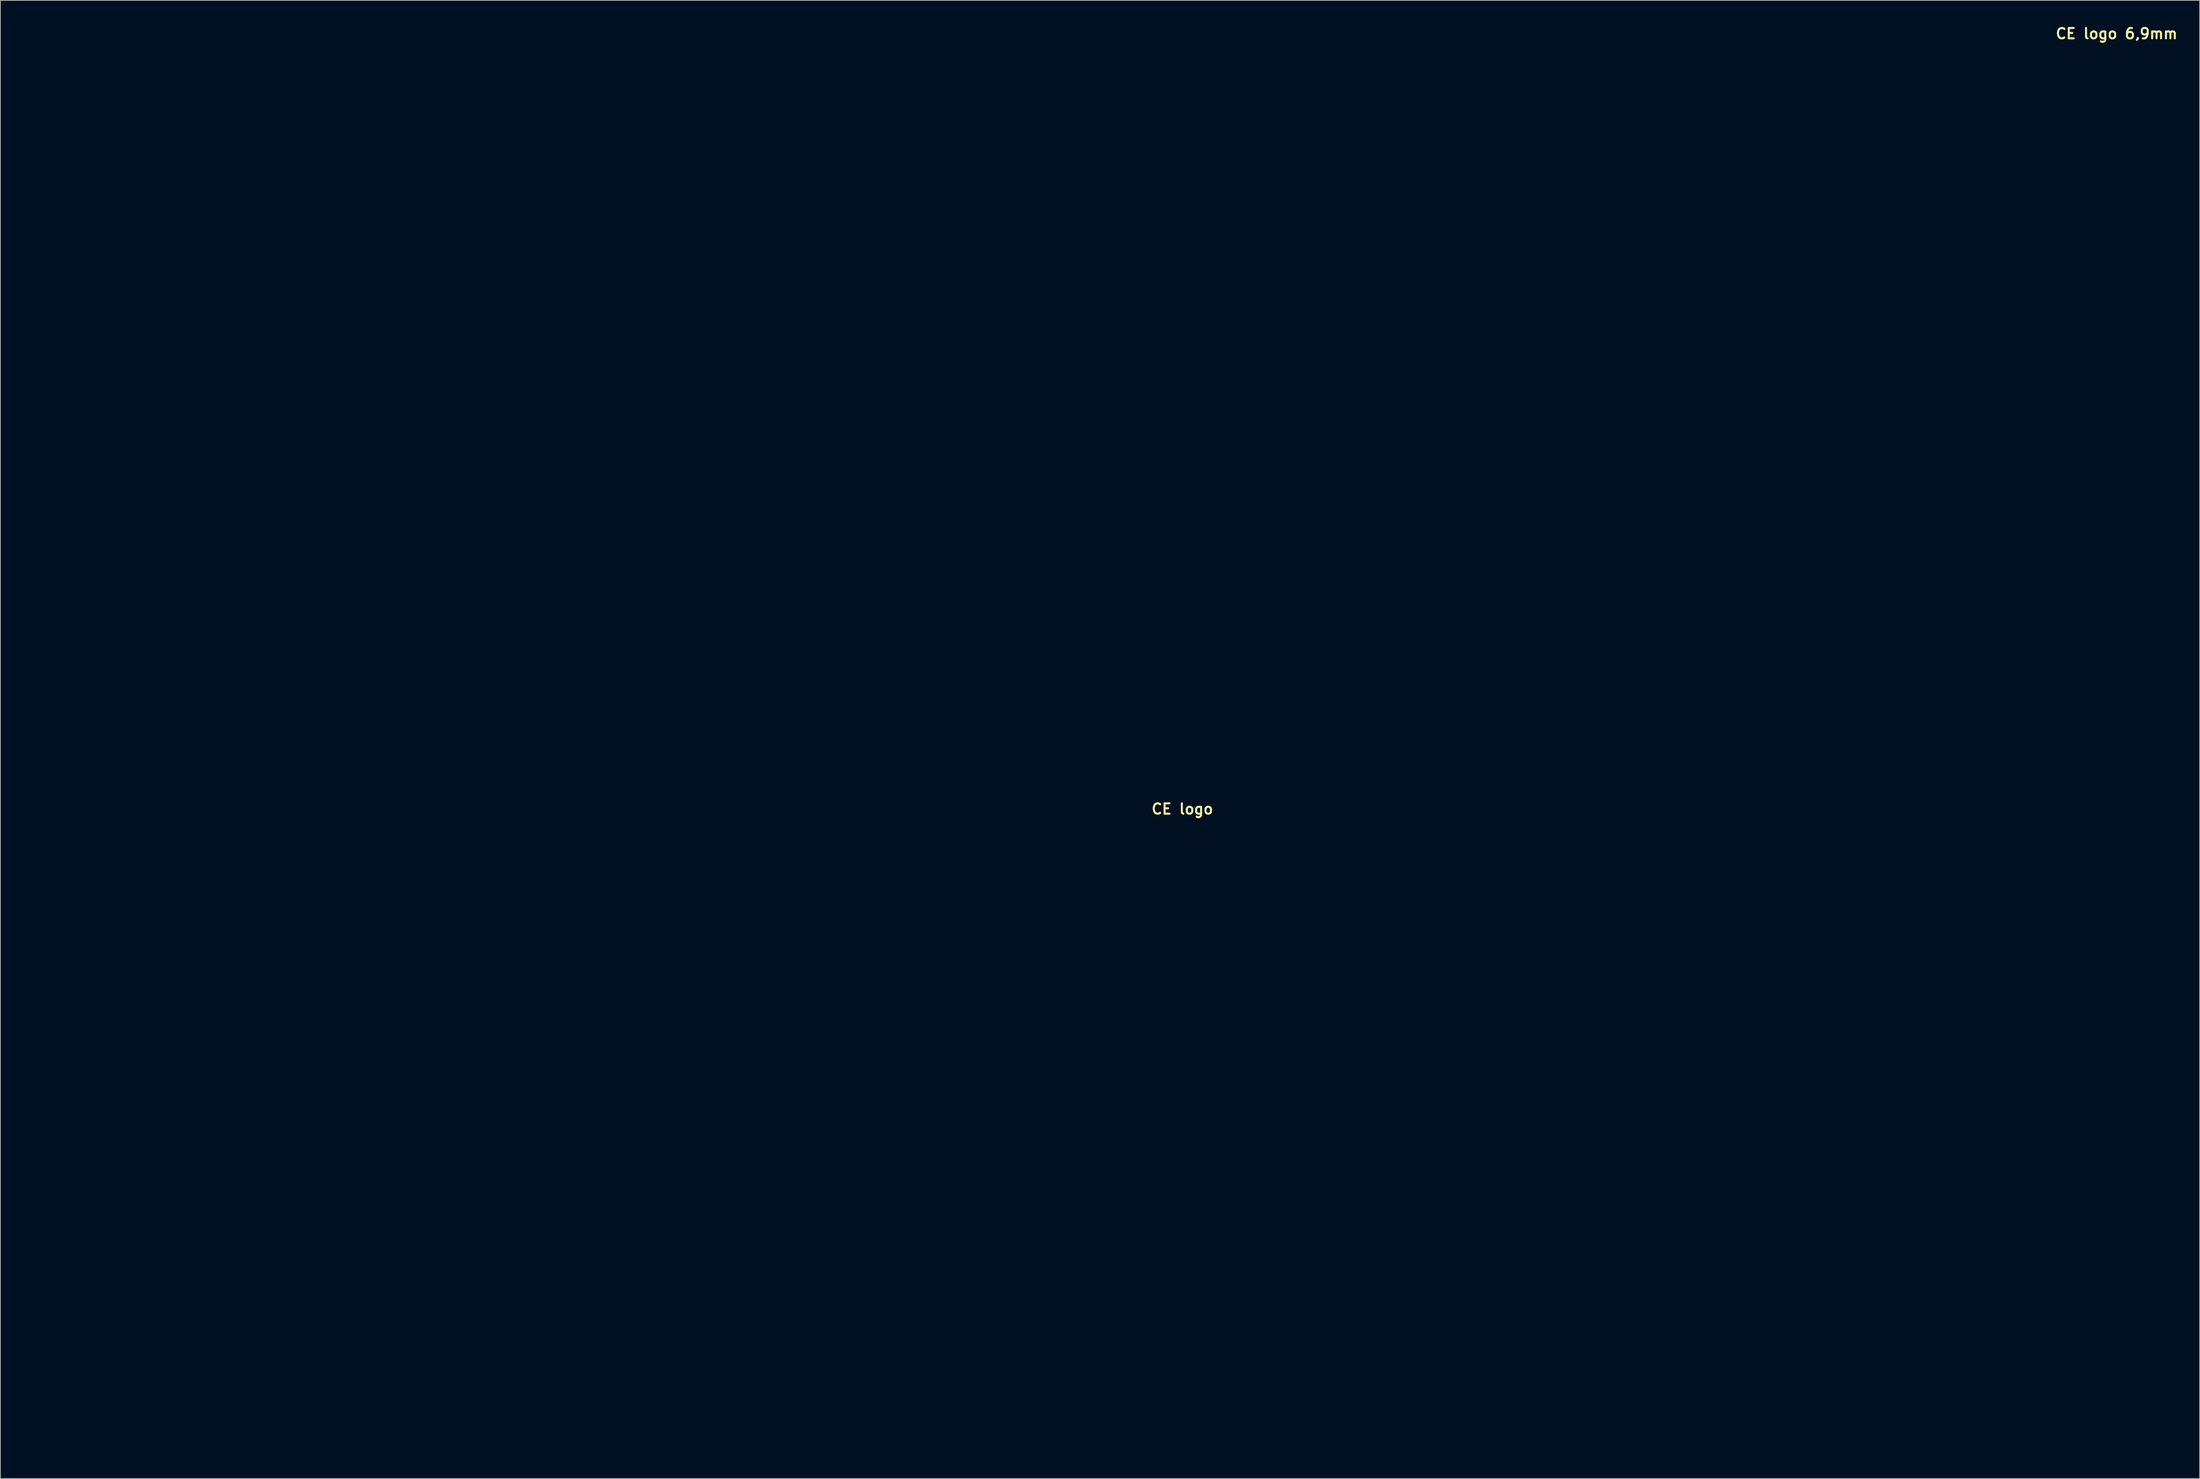
<source format=kicad_pcb>
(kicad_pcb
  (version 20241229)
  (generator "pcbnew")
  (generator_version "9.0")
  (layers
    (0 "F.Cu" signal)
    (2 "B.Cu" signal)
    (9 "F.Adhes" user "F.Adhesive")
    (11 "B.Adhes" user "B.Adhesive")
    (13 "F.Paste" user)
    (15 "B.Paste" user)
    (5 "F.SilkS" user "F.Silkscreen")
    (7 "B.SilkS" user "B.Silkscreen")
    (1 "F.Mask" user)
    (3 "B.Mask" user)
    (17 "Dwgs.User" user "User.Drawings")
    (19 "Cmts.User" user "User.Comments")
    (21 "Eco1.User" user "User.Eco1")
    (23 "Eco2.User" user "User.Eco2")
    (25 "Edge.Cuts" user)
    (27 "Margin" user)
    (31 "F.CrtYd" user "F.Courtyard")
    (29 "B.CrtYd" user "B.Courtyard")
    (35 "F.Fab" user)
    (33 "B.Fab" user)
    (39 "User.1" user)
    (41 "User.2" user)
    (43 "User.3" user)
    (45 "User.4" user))
  (footprint "CE logo 6,9mm"
    (layer "F.Cu")
    (at 308.38 1.904)
    (property "Reference" "CE logo 6,9mm" (at 0 0 0) (layer "F.SilkS") (effects (font (size 1.524 1.524) (thickness 0.3))))
    (attr through_hole)
    (fp_poly (pts (xy -0.985 -1.896) (xy -0.951 -1.896) (xy -0.923 -1.895) (xy -0.903 -1.894) (xy -0.893 -1.892) (xy -0.891 -1.891) (xy -0.889 -1.887) (xy -0.887 -1.881) (xy -0.886 -1.871) (xy -0.885 -1.857) (xy -0.884 -1.837) (xy -0.884 -1.81) (xy -0.884 -1.775) (xy -0.883 -1.731) (xy -0.883 -1.678) (xy -0.883 -1.628) (xy -0.883 -1.367) (xy -0.94 -1.372) (xy -0.985 -1.375) (xy -1.037 -1.376) (xy -1.091 -1.376) (xy -1.143 -1.374) (xy -1.192 -1.372) (xy -1.234 -1.367) (xy -1.244 -1.366) (xy -1.359 -1.343) (xy -1.469 -1.31) (xy -1.576 -1.266) (xy -1.677 -1.214) (xy -1.773 -1.152) (xy -1.862 -1.081) (xy -1.944 -1.003) (xy -2.019 -0.917) (xy -2.086 -0.824) (xy -2.143 -0.724) (xy -2.192 -0.619) (xy -2.202 -0.592) (xy -2.226 -0.519) (xy -2.247 -0.441) (xy -2.264 -0.364) (xy -2.267 -0.343) (xy -2.272 -0.301) (xy -2.275 -0.25) (xy -2.277 -0.194) (xy -2.277 -0.137) (xy -2.275 -0.082) (xy -2.272 -0.031) (xy -2.267 0.009) (xy -2.243 0.125) (xy -2.209 0.238) (xy -2.165 0.346) (xy -2.111 0.448) (xy -2.047 0.544) (xy -1.975 0.634) (xy -1.895 0.717) (xy -1.807 0.792) (xy -1.711 0.859) (xy -1.607 0.917) (xy -1.607 0.917) (xy -1.51 0.96) (xy -1.407 0.995) (xy -1.302 1.021) (xy -1.244 1.031) (xy -1.205 1.036) (xy -1.158 1.039) (xy -1.106 1.041) (xy -1.052 1.041) (xy -1 1.041) (xy -0.952 1.038) (xy -0.94 1.037) (xy -0.883 1.033) (xy -0.883 1.292) (xy -0.883 1.361) (xy -0.884 1.418) (xy -0.884 1.464) (xy -0.885 1.501) (xy -0.886 1.528) (xy -0.887 1.546) (xy -0.889 1.555) (xy -0.89 1.556) (xy -0.897 1.557) (xy -0.914 1.558) (xy -0.939 1.559) (xy -0.969 1.56) (xy -1.004 1.561) (xy -1.04 1.562) (xy -1.077 1.562) (xy -1.112 1.562) (xy -1.144 1.562) (xy -1.17 1.562) (xy -1.188 1.562) (xy -1.195 1.561) (xy -1.21 1.559) (xy -1.232 1.557) (xy -1.258 1.554) (xy -1.273 1.552) (xy -1.4 1.533) (xy -1.527 1.503) (xy -1.654 1.462) (xy -1.778 1.412) (xy -1.899 1.352) (xy -2.015 1.282) (xy -2.126 1.204) (xy -2.156 1.181) (xy -2.193 1.15) (xy -2.233 1.113) (xy -2.277 1.071) (xy -2.32 1.028) (xy -2.36 0.985) (xy -2.396 0.945) (xy -2.416 0.921) (xy -2.501 0.805) (xy -2.576 0.685) (xy -2.64 0.559) (xy -2.694 0.428) (xy -2.738 0.293) (xy -2.77 0.154) (xy -2.789 0.035) (xy -2.792 0.004) (xy -2.794 -0.036) (xy -2.796 -0.083) (xy -2.797 -0.134) (xy -2.797 -0.186) (xy -2.796 -0.238) (xy -2.795 -0.286) (xy -2.793 -0.328) (xy -2.79 -0.362) (xy -2.789 -0.369) (xy -2.766 -0.512) (xy -2.731 -0.65) (xy -2.686 -0.784) (xy -2.631 -0.914) (xy -2.564 -1.039) (xy -2.488 -1.159) (xy -2.416 -1.256) (xy -2.385 -1.292) (xy -2.348 -1.333) (xy -2.307 -1.376) (xy -2.263 -1.419) (xy -2.22 -1.46) (xy -2.181 -1.495) (xy -2.156 -1.516) (xy -2.041 -1.6) (xy -1.92 -1.675) (xy -1.794 -1.74) (xy -1.663 -1.794) (xy -1.528 -1.837) (xy -1.389 -1.87) (xy -1.27 -1.889) (xy -1.249 -1.891) (xy -1.221 -1.892) (xy -1.187 -1.894) (xy -1.148 -1.895) (xy -1.106 -1.896) (xy -1.064 -1.896) (xy -1.023 -1.896) (xy -0.985 -1.896)) (stroke (width 0.01) (type solid)) (fill yes) (layer "F.Mask"))
    (fp_poly (pts (xy 1.958 -1.898) (xy 1.981 -1.897) (xy 2.049 -1.892) (xy 2.049 -1.368) (xy 2.002 -1.372) (xy 1.962 -1.375) (xy 1.915 -1.376) (xy 1.864 -1.376) (xy 1.813 -1.375) (xy 1.765 -1.372) (xy 1.723 -1.369) (xy 1.7 -1.366) (xy 1.585 -1.343) (xy 1.475 -1.31) (xy 1.368 -1.266) (xy 1.267 -1.213) (xy 1.171 -1.151) (xy 1.082 -1.081) (xy 1 -1.002) (xy 0.925 -0.916) (xy 0.858 -0.824) (xy 0.801 -0.724) (xy 0.752 -0.619) (xy 0.742 -0.593) (xy 0.735 -0.572) (xy 0.727 -0.547) (xy 0.718 -0.518) (xy 0.709 -0.49) (xy 0.702 -0.465) (xy 0.696 -0.444) (xy 0.693 -0.431) (xy 0.693 -0.429) (xy 0.698 -0.428) (xy 0.715 -0.428) (xy 0.741 -0.428) (xy 0.776 -0.428) (xy 0.82 -0.428) (xy 0.871 -0.428) (xy 0.928 -0.427) (xy 0.992 -0.427) (xy 1.06 -0.427) (xy 1.132 -0.427) (xy 1.198 -0.427) (xy 1.703 -0.427) (xy 1.703 0.092) (xy 1.198 0.092) (xy 1.123 0.092) (xy 1.051 0.092) (xy 0.983 0.093) (xy 0.92 0.093) (xy 0.864 0.093) (xy 0.814 0.093) (xy 0.771 0.093) (xy 0.737 0.093) (xy 0.712 0.093) (xy 0.697 0.094) (xy 0.693 0.094) (xy 0.694 0.1) (xy 0.698 0.114) (xy 0.703 0.135) (xy 0.707 0.148) (xy 0.742 0.259) (xy 0.788 0.364) (xy 0.843 0.464) (xy 0.908 0.559) (xy 0.981 0.647) (xy 1.062 0.728) (xy 1.15 0.801) (xy 1.244 0.866) (xy 1.345 0.921) (xy 1.451 0.967) (xy 1.525 0.991) (xy 1.603 1.012) (xy 1.679 1.028) (xy 1.7 1.031) (xy 1.736 1.035) (xy 1.781 1.039) (xy 1.831 1.041) (xy 1.882 1.041) (xy 1.931 1.041) (xy 1.976 1.039) (xy 2.002 1.038) (xy 2.049 1.033) (xy 2.049 1.557) (xy 2.002 1.561) (xy 1.979 1.562) (xy 1.949 1.563) (xy 1.913 1.563) (xy 1.875 1.563) (xy 1.837 1.563) (xy 1.802 1.563) (xy 1.773 1.562) (xy 1.752 1.561) (xy 1.749 1.561) (xy 1.672 1.552) (xy 1.604 1.543) (xy 1.542 1.532) (xy 1.482 1.52) (xy 1.423 1.505) (xy 1.389 1.495) (xy 1.262 1.452) (xy 1.137 1.398) (xy 1.015 1.335) (xy 0.898 1.262) (xy 0.788 1.181) (xy 0.788 1.181) (xy 0.752 1.15) (xy 0.711 1.113) (xy 0.667 1.071) (xy 0.624 1.028) (xy 0.584 0.985) (xy 0.548 0.945) (xy 0.528 0.921) (xy 0.443 0.805) (xy 0.368 0.685) (xy 0.304 0.559) (xy 0.25 0.428) (xy 0.206 0.293) (xy 0.174 0.154) (xy 0.155 0.035) (xy 0.152 0.004) (xy 0.15 -0.036) (xy 0.148 -0.083) (xy 0.147 -0.134) (xy 0.147 -0.186) (xy 0.148 -0.238) (xy 0.149 -0.286) (xy 0.151 -0.328) (xy 0.154 -0.362) (xy 0.155 -0.369) (xy 0.178 -0.512) (xy 0.213 -0.65) (xy 0.258 -0.784) (xy 0.314 -0.914) (xy 0.38 -1.039) (xy 0.456 -1.159) (xy 0.528 -1.256) (xy 0.559 -1.292) (xy 0.596 -1.333) (xy 0.637 -1.376) (xy 0.681 -1.419) (xy 0.724 -1.46) (xy 0.763 -1.495) (xy 0.788 -1.516) (xy 0.903 -1.6) (xy 1.024 -1.675) (xy 1.15 -1.74) (xy 1.28 -1.794) (xy 1.414 -1.837) (xy 1.552 -1.869) (xy 1.648 -1.885) (xy 1.691 -1.89) (xy 1.742 -1.894) (xy 1.798 -1.896) (xy 1.854 -1.898) (xy 1.909 -1.899) (xy 1.958 -1.898)) (stroke (width 0.01) (type solid)) (fill yes) (layer "F.Mask")))
  (footprint "CE logo"
    (layer "F.Cu")
    (at 170.915 116.032)
    (property "Reference" "CE logo" (at 0 0 0) (layer "F.SilkS") (effects (font (size 1.524 1.524) (thickness 0.3))))
    (attr through_hole)
    (fp_poly (pts (xy -60.165 -115.884) (xy -58.089 -115.855) (xy -56.396 -115.804) (xy -55.194 -115.729) (xy -54.592 -115.631) (xy -54.446 -115.533) (xy -54.325 -115.33) (xy -54.226 -114.959) (xy -54.148 -114.36) (xy -54.088 -113.472) (xy -54.043 -112.232) (xy -54.012 -110.581) (xy -53.992 -108.456) (xy -53.981 -105.798) (xy -53.976 -102.544) (xy -53.975 -99.473) (xy -53.975 -83.566) (xy -57.415 -83.852) (xy -60.218 -84.018) (xy -63.361 -84.094) (xy -66.647 -84.082) (xy -69.88 -83.988) (xy -72.861 -83.814) (xy -75.395 -83.565) (xy -76.024 -83.479) (xy -83.022 -82.085) (xy -89.79 -80.046) (xy -96.288 -77.394) (xy -102.478 -74.158) (xy -108.32 -70.371) (xy -113.778 -66.064) (xy -118.812 -61.267) (xy -123.384 -56.011) (xy -127.455 -50.329) (xy -130.988 -44.25) (xy -133.942 -37.806) (xy -134.568 -36.188) (xy -136.057 -31.732) (xy -137.344 -26.954) (xy -138.33 -22.227) (xy -138.535 -20.99) (xy -138.84 -18.385) (xy -139.042 -15.282) (xy -139.142 -11.883) (xy -139.139 -8.39) (xy -139.034 -5.002) (xy -138.826 -1.921) (xy -138.535 0.529) (xy -137.08 7.667) (xy -134.985 14.544) (xy -132.277 21.124) (xy -128.979 27.375) (xy -125.118 33.26) (xy -120.718 38.746) (xy -115.804 43.799) (xy -110.401 48.383) (xy -104.535 52.465) (xy -98.23 56.009) (xy -98.22 56.014) (xy -92.286 58.643) (xy -85.997 60.792) (xy -79.572 62.392) (xy -76.024 63.018) (xy -73.658 63.288) (xy -70.787 63.484) (xy -67.608 63.602) (xy -64.317 63.638) (xy -61.111 63.588) (xy -58.188 63.449) (xy -57.415 63.391) (xy -53.975 63.105) (xy -53.975 78.98) (xy -53.981 83.151) (xy -54 86.645) (xy -54.033 89.493) (xy -54.081 91.724) (xy -54.143 93.368) (xy -54.221 94.453) (xy -54.316 95.01) (xy -54.367 95.098) (xy -54.813 95.167) (xy -55.848 95.233) (xy -57.358 95.296) (xy -59.226 95.352) (xy -61.336 95.401) (xy -63.573 95.44) (xy -65.821 95.467) (xy -67.965 95.481) (xy -69.887 95.48) (xy -71.473 95.463) (xy -72.608 95.426) (xy -73.025 95.394) (xy -73.914 95.293) (xy -75.279 95.142) (xy -76.894 94.968) (xy -77.787 94.872) (xy -85.562 93.701) (xy -93.344 91.859) (xy -101.063 89.374) (xy -108.649 86.277) (xy -116.032 82.597) (xy -123.14 78.365) (xy -129.904 73.608) (xy -131.769 72.153) (xy -133.986 70.283) (xy -136.49 68.004) (xy -139.131 65.466) (xy -141.763 62.815) (xy -144.237 60.2) (xy -146.406 57.769) (xy -147.648 56.275) (xy -152.839 49.218) (xy -157.408 41.833) (xy -161.347 34.139) (xy -164.646 26.158) (xy -167.299 17.91) (xy -169.294 9.416) (xy -170.456 2.117) (xy -170.632 0.221) (xy -170.765 -2.228) (xy -170.856 -5.077) (xy -170.904 -8.176) (xy -170.91 -11.372) (xy -170.874 -14.514) (xy -170.795 -17.451) (xy -170.674 -20.03) (xy -170.511 -22.099) (xy -170.456 -22.578) (xy -169.017 -31.263) (xy -166.915 -39.719) (xy -164.158 -47.925) (xy -160.754 -55.862) (xy -156.713 -63.507) (xy -152.043 -70.84) (xy -147.648 -76.736) (xy -145.777 -78.953) (xy -143.499 -81.456) (xy -140.96 -84.098) (xy -138.309 -86.73) (xy -135.695 -89.204) (xy -133.264 -91.372) (xy -131.769 -92.614) (xy -124.713 -97.805) (xy -117.327 -102.374) (xy -109.634 -106.313) (xy -101.653 -109.613) (xy -93.405 -112.265) (xy -84.91 -114.261) (xy -77.611 -115.422) (xy -76.355 -115.539) (xy -74.619 -115.64) (xy -72.51 -115.726) (xy -70.138 -115.795) (xy -67.61 -115.846) (xy -65.033 -115.879) (xy -62.515 -115.892) (xy -60.165 -115.884)) (stroke (width 0.01) (type solid)) (fill yes) (layer "F.Mask"))
    (fp_poly (pts (xy 119.639 -115.973) (xy 121.091 -115.902) (xy 125.236 -115.642) (xy 125.236 -83.592) (xy 122.326 -83.865) (xy 119.888 -84.024) (xy 117.023 -84.101) (xy 113.931 -84.098) (xy 110.812 -84.021) (xy 107.866 -83.873) (xy 105.291 -83.659) (xy 103.893 -83.483) (xy 96.887 -82.081) (xy 90.115 -80.037) (xy 83.614 -77.38) (xy 77.423 -74.143) (xy 71.579 -70.357) (xy 66.123 -66.051) (xy 61.091 -61.258) (xy 56.523 -56.008) (xy 52.456 -50.332) (xy 48.93 -44.261) (xy 45.982 -37.826) (xy 45.367 -36.238) (xy 44.918 -34.971) (xy 44.4 -33.403) (xy 43.856 -31.686) (xy 43.334 -29.971) (xy 42.879 -28.41) (xy 42.537 -27.153) (xy 42.353 -26.353) (xy 42.334 -26.194) (xy 42.678 -26.181) (xy 43.678 -26.168) (xy 45.282 -26.156) (xy 47.44 -26.145) (xy 50.101 -26.135) (xy 53.216 -26.127) (xy 56.733 -26.119) (xy 60.602 -26.113) (xy 64.774 -26.109) (xy 69.196 -26.106) (xy 73.201 -26.106) (xy 104.069 -26.106) (xy 104.069 5.644) (xy 73.201 5.644) (xy 68.602 5.645) (xy 64.21 5.648) (xy 60.076 5.653) (xy 56.25 5.659) (xy 52.782 5.667) (xy 49.724 5.676) (xy 47.126 5.686) (xy 45.038 5.697) (xy 43.511 5.709) (xy 42.595 5.721) (xy 42.334 5.733) (xy 42.42 6.088) (xy 42.649 6.973) (xy 42.982 8.232) (xy 43.207 9.074) (xy 45.368 15.798) (xy 48.158 22.246) (xy 51.539 28.377) (xy 55.476 34.153) (xy 59.933 39.533) (xy 64.871 44.476) (xy 70.256 48.943) (xy 76.051 52.893) (xy 82.218 56.287) (xy 88.695 59.074) (xy 93.17 60.569) (xy 97.936 61.849) (xy 102.624 62.817) (xy 103.893 63.022) (xy 106.114 63.278) (xy 108.838 63.47) (xy 111.866 63.594) (xy 114.998 63.646) (xy 118.034 63.622) (xy 120.776 63.518) (xy 122.326 63.404) (xy 125.236 63.131) (xy 125.236 95.145) (xy 122.326 95.372) (xy 120.959 95.445) (xy 119.106 95.497) (xy 116.932 95.529) (xy 114.604 95.541) (xy 112.286 95.532) (xy 110.146 95.503) (xy 108.348 95.454) (xy 107.06 95.384) (xy 106.892 95.369) (xy 102.193 94.86) (xy 98.024 94.295) (xy 94.209 93.643) (xy 90.573 92.872) (xy 86.94 91.95) (xy 84.854 91.36) (xy 77.101 88.74) (xy 69.464 85.463) (xy 62.033 81.575) (xy 54.9 77.124) (xy 48.153 72.158) (xy 48.148 72.153) (xy 45.93 70.283) (xy 43.427 68.004) (xy 40.785 65.466) (xy 38.153 62.815) (xy 35.679 60.2) (xy 33.511 57.769) (xy 32.269 56.275) (xy 27.078 49.218) (xy 22.509 41.833) (xy 18.57 34.139) (xy 15.27 26.158) (xy 12.618 17.91) (xy 10.622 9.416) (xy 9.461 2.117) (xy 9.285 0.221) (xy 9.152 -2.228) (xy 9.061 -5.077) (xy 9.012 -8.176) (xy 9.006 -11.372) (xy 9.043 -14.514) (xy 9.121 -17.451) (xy 9.243 -20.03) (xy 9.406 -22.099) (xy 9.461 -22.578) (xy 10.9 -31.263) (xy 13.002 -39.719) (xy 15.759 -47.925) (xy 19.163 -55.862) (xy 23.204 -63.507) (xy 27.874 -70.84) (xy 32.269 -76.736) (xy 34.139 -78.953) (xy 36.418 -81.456) (xy 38.957 -84.098) (xy 41.607 -86.73) (xy 44.222 -89.204) (xy 46.653 -91.372) (xy 48.148 -92.614) (xy 55.198 -97.802) (xy 62.576 -102.37) (xy 70.256 -106.307) (xy 78.212 -109.603) (xy 86.419 -112.247) (xy 94.851 -114.228) (xy 100.741 -115.197) (xy 103.356 -115.485) (xy 106.465 -115.72) (xy 109.858 -115.893) (xy 113.325 -115.998) (xy 116.655 -116.027) (xy 119.639 -115.973)) (stroke (width 0.01) (type solid)) (fill yes) (layer "F.Mask")))
  (gr_rect
    (start -3 -3)
    (end 320.604 214.578)
    (stroke (width 0.1) (type default))
    (fill no)
    (layer "Edge.Cuts")))
</source>
